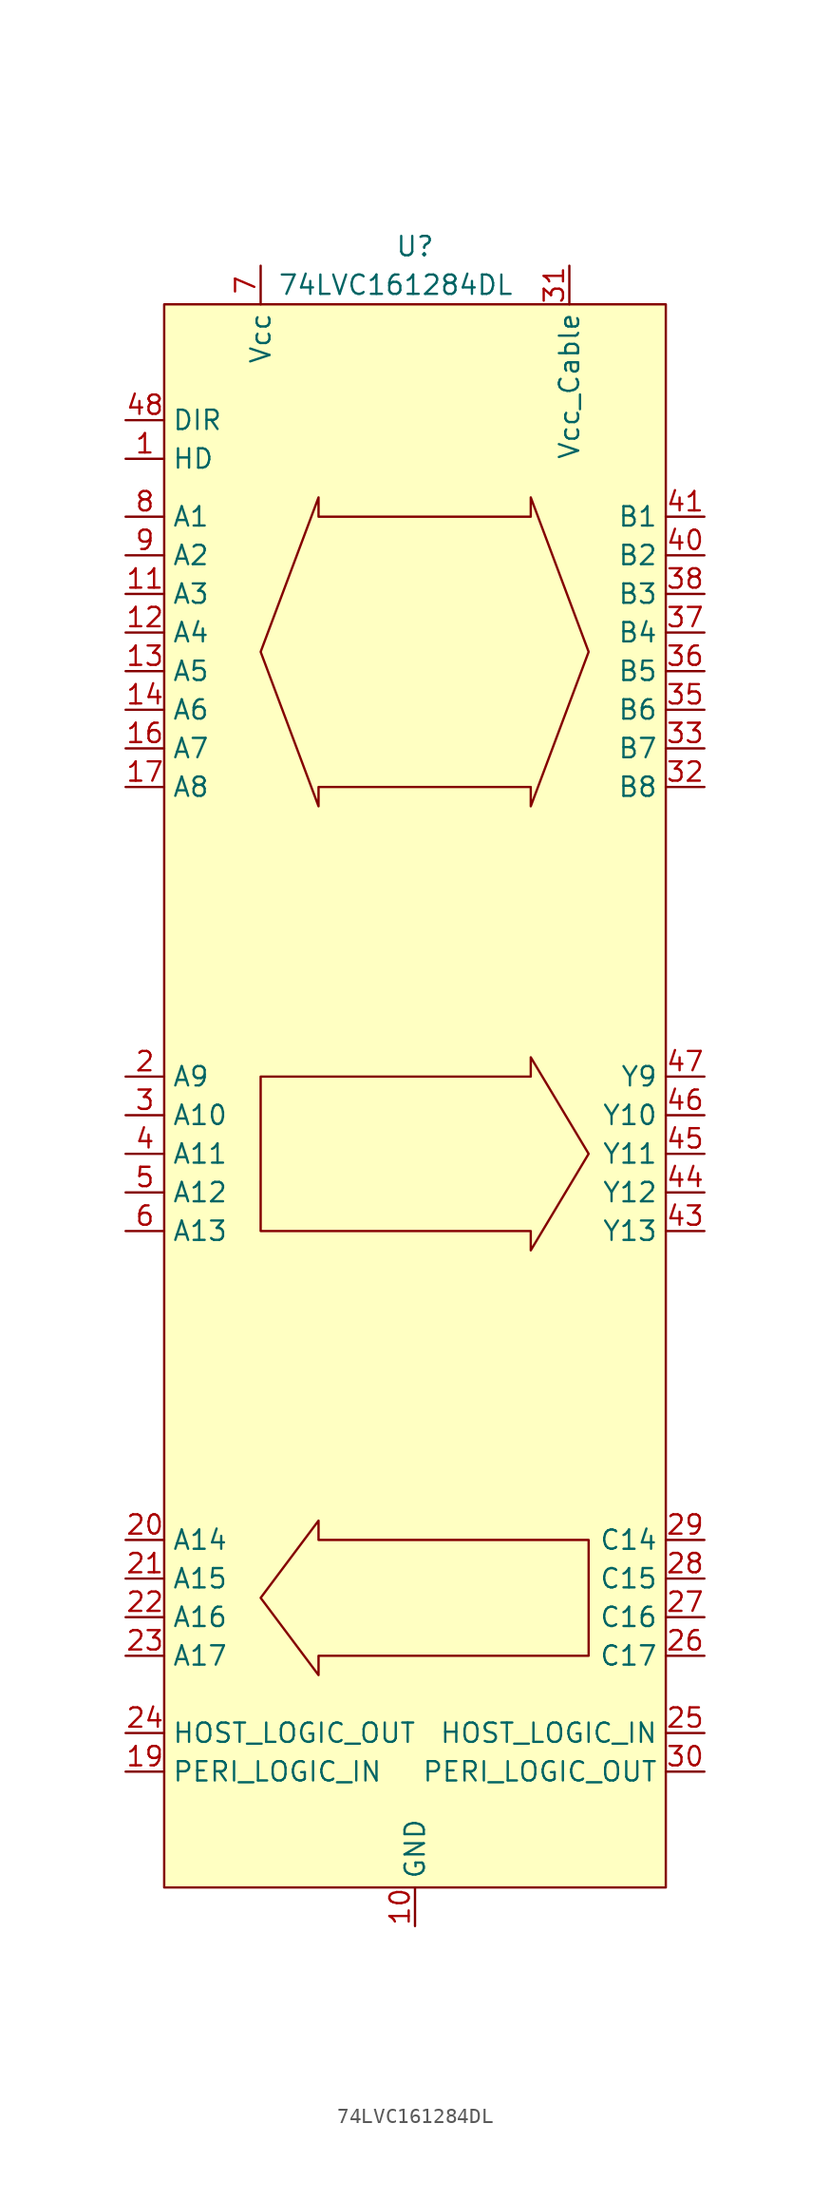
<source format=kicad_sym>
(kicad_symbol_lib
  (version 20211014)
  (generator kicad_symbol_editor)
  (symbol "74LVC161284DL"
    (property "Reference" "U"
      (at 0 44.45 0)
      (effects (font (size 1.27 1.27))))
    (property "Value" "74LVC161284DL"
      (at -1.27 41.91 0)
      (effects (font (size 1.27 1.27))))
    (symbol "74LVC161284DL_0_1"
      (rectangle (start -16.51 40.64) (end 16.51 -63.5) (stroke (width 0) (type default) (color 0 0 0 0)) (fill (type background)))
      (polyline (pts (xy -10.16 -10.16) (xy 7.62 -10.16) (xy 7.62 -8.89) (xy 11.43 -15.24) (xy 7.62 -21.59) (xy 7.62 -20.32) (xy -10.16 -20.32) (xy -10.16 -10.16)) (stroke (width 0) (type default) (color 0 0 0 0)) (fill (type none)))
      (polyline (pts (xy 11.43 -40.64) (xy -6.35 -40.64) (xy -6.35 -39.37) (xy -10.16 -44.45) (xy -6.35 -49.53) (xy -6.35 -48.26) (xy 11.43 -48.26) (xy 11.43 -40.64)) (stroke (width 0) (type default) (color 0 0 0 0)) (fill (type none)))
      (polyline (pts (xy -10.16 17.78) (xy -6.35 27.94) (xy -6.35 26.67) (xy 7.62 26.67) (xy 7.62 27.94) (xy 11.43 17.78) (xy 7.62 7.62) (xy 7.62 8.89) (xy -6.35 8.89) (xy -6.35 7.62) (xy -10.16 17.78)) (stroke (width 0) (type default) (color 0 0 0 0)) (fill (type none))))
    (symbol "74LVC161284DL_1_1"
      (pin input line (at -19.05 30.48 0) (length 2.54) (name "HD" (effects (font (size 1.27 1.27)))) (number "1" (effects (font (size 1.27 1.27)))))
      (pin power_in line (at 0 -66.04 90) (length 2.54) (name "GND" (effects (font (size 1.27 1.27)))) (number "10" (effects (font (size 1.27 1.27)))))
      (pin bidirectional line (at -19.05 21.59 0) (length 2.54) (name "A3" (effects (font (size 1.27 1.27)))) (number "11" (effects (font (size 1.27 1.27)))))
      (pin bidirectional line (at -19.05 19.05 0) (length 2.54) (name "A4" (effects (font (size 1.27 1.27)))) (number "12" (effects (font (size 1.27 1.27)))))
      (pin bidirectional line (at -19.05 16.51 0) (length 2.54) (name "A5" (effects (font (size 1.27 1.27)))) (number "13" (effects (font (size 1.27 1.27)))))
      (pin bidirectional line (at -19.05 13.97 0) (length 2.54) (name "A6" (effects (font (size 1.27 1.27)))) (number "14" (effects (font (size 1.27 1.27)))))
      (pin power_in line (at 0 -66.04 90) (length 2.54) hide (name "GND" (effects (font (size 1.27 1.27)))) (number "15" (effects (font (size 1.27 1.27)))))
      (pin bidirectional line (at -19.05 11.43 0) (length 2.54) (name "A7" (effects (font (size 1.27 1.27)))) (number "16" (effects (font (size 1.27 1.27)))))
      (pin bidirectional line (at -19.05 8.89 0) (length 2.54) (name "A8" (effects (font (size 1.27 1.27)))) (number "17" (effects (font (size 1.27 1.27)))))
      (pin power_in line (at -10.16 43.18 270) (length 2.54) hide (name "Vcc" (effects (font (size 1.27 1.27)))) (number "18" (effects (font (size 1.27 1.27)))))
      (pin input line (at -19.05 -55.88 0) (length 2.54) (name "PERI_LOGIC_IN" (effects (font (size 1.27 1.27)))) (number "19" (effects (font (size 1.27 1.27)))))
      (pin input line (at -19.05 -10.16 0) (length 2.54) (name "A9" (effects (font (size 1.27 1.27)))) (number "2" (effects (font (size 1.27 1.27)))))
      (pin output line (at -19.05 -40.64 0) (length 2.54) (name "A14" (effects (font (size 1.27 1.27)))) (number "20" (effects (font (size 1.27 1.27)))))
      (pin output line (at -19.05 -43.18 0) (length 2.54) (name "A15" (effects (font (size 1.27 1.27)))) (number "21" (effects (font (size 1.27 1.27)))))
      (pin output line (at -19.05 -45.72 0) (length 2.54) (name "A16" (effects (font (size 1.27 1.27)))) (number "22" (effects (font (size 1.27 1.27)))))
      (pin output line (at -19.05 -48.26 0) (length 2.54) (name "A17" (effects (font (size 1.27 1.27)))) (number "23" (effects (font (size 1.27 1.27)))))
      (pin output line (at -19.05 -53.34 0) (length 2.54) (name "HOST_LOGIC_OUT" (effects (font (size 1.27 1.27)))) (number "24" (effects (font (size 1.27 1.27)))))
      (pin input line (at 19.05 -53.34 180) (length 2.54) (name "HOST_LOGIC_IN" (effects (font (size 1.27 1.27)))) (number "25" (effects (font (size 1.27 1.27)))))
      (pin input line (at 19.05 -48.26 180) (length 2.54) (name "C17" (effects (font (size 1.27 1.27)))) (number "26" (effects (font (size 1.27 1.27)))))
      (pin input line (at 19.05 -45.72 180) (length 2.54) (name "C16" (effects (font (size 1.27 1.27)))) (number "27" (effects (font (size 1.27 1.27)))))
      (pin input line (at 19.05 -43.18 180) (length 2.54) (name "C15" (effects (font (size 1.27 1.27)))) (number "28" (effects (font (size 1.27 1.27)))))
      (pin input line (at 19.05 -40.64 180) (length 2.54) (name "C14" (effects (font (size 1.27 1.27)))) (number "29" (effects (font (size 1.27 1.27)))))
      (pin input line (at -19.05 -12.7 0) (length 2.54) (name "A10" (effects (font (size 1.27 1.27)))) (number "3" (effects (font (size 1.27 1.27)))))
      (pin output line (at 19.05 -55.88 180) (length 2.54) (name "PERI_LOGIC_OUT" (effects (font (size 1.27 1.27)))) (number "30" (effects (font (size 1.27 1.27)))))
      (pin power_in line (at 10.16 43.18 270) (length 2.54) (name "Vcc_Cable" (effects (font (size 1.27 1.27)))) (number "31" (effects (font (size 1.27 1.27)))))
      (pin bidirectional line (at 19.05 8.89 180) (length 2.54) (name "B8" (effects (font (size 1.27 1.27)))) (number "32" (effects (font (size 1.27 1.27)))))
      (pin bidirectional line (at 19.05 11.43 180) (length 2.54) (name "B7" (effects (font (size 1.27 1.27)))) (number "33" (effects (font (size 1.27 1.27)))))
      (pin power_in line (at 0 -66.04 90) (length 2.54) hide (name "GND" (effects (font (size 1.27 1.27)))) (number "34" (effects (font (size 1.27 1.27)))))
      (pin bidirectional line (at 19.05 13.97 180) (length 2.54) (name "B6" (effects (font (size 1.27 1.27)))) (number "35" (effects (font (size 1.27 1.27)))))
      (pin bidirectional line (at 19.05 16.51 180) (length 2.54) (name "B5" (effects (font (size 1.27 1.27)))) (number "36" (effects (font (size 1.27 1.27)))))
      (pin bidirectional line (at 19.05 19.05 180) (length 2.54) (name "B4" (effects (font (size 1.27 1.27)))) (number "37" (effects (font (size 1.27 1.27)))))
      (pin bidirectional line (at 19.05 21.59 180) (length 2.54) (name "B3" (effects (font (size 1.27 1.27)))) (number "38" (effects (font (size 1.27 1.27)))))
      (pin power_in line (at 0 -66.04 90) (length 2.54) hide (name "GND" (effects (font (size 1.27 1.27)))) (number "39" (effects (font (size 1.27 1.27)))))
      (pin input line (at -19.05 -15.24 0) (length 2.54) (name "A11" (effects (font (size 1.27 1.27)))) (number "4" (effects (font (size 1.27 1.27)))))
      (pin bidirectional line (at 19.05 24.13 180) (length 2.54) (name "B2" (effects (font (size 1.27 1.27)))) (number "40" (effects (font (size 1.27 1.27)))))
      (pin bidirectional line (at 19.05 26.67 180) (length 2.54) (name "B1" (effects (font (size 1.27 1.27)))) (number "41" (effects (font (size 1.27 1.27)))))
      (pin power_in line (at 10.16 43.18 270) (length 2.54) hide (name "Vcc_Cable" (effects (font (size 1.27 1.27)))) (number "42" (effects (font (size 1.27 1.27)))))
      (pin output line (at 19.05 -20.32 180) (length 2.54) (name "Y13" (effects (font (size 1.27 1.27)))) (number "43" (effects (font (size 1.27 1.27)))))
      (pin output line (at 19.05 -17.78 180) (length 2.54) (name "Y12" (effects (font (size 1.27 1.27)))) (number "44" (effects (font (size 1.27 1.27)))))
      (pin output line (at 19.05 -15.24 180) (length 2.54) (name "Y11" (effects (font (size 1.27 1.27)))) (number "45" (effects (font (size 1.27 1.27)))))
      (pin output line (at 19.05 -12.7 180) (length 2.54) (name "Y10" (effects (font (size 1.27 1.27)))) (number "46" (effects (font (size 1.27 1.27)))))
      (pin output line (at 19.05 -10.16 180) (length 2.54) (name "Y9" (effects (font (size 1.27 1.27)))) (number "47" (effects (font (size 1.27 1.27)))))
      (pin input line (at -19.05 33.02 0) (length 2.54) (name "DIR" (effects (font (size 1.27 1.27)))) (number "48" (effects (font (size 1.27 1.27)))))
      (pin input line (at -19.05 -17.78 0) (length 2.54) (name "A12" (effects (font (size 1.27 1.27)))) (number "5" (effects (font (size 1.27 1.27)))))
      (pin input line (at -19.05 -20.32 0) (length 2.54) (name "A13" (effects (font (size 1.27 1.27)))) (number "6" (effects (font (size 1.27 1.27)))))
      (pin power_in line (at -10.16 43.18 270) (length 2.54) (name "Vcc" (effects (font (size 1.27 1.27)))) (number "7" (effects (font (size 1.27 1.27)))))
      (pin bidirectional line (at -19.05 26.67 0) (length 2.54) (name "A1" (effects (font (size 1.27 1.27)))) (number "8" (effects (font (size 1.27 1.27)))))
      (pin bidirectional line (at -19.05 24.13 0) (length 2.54) (name "A2" (effects (font (size 1.27 1.27)))) (number "9" (effects (font (size 1.27 1.27))))))))
</source>
